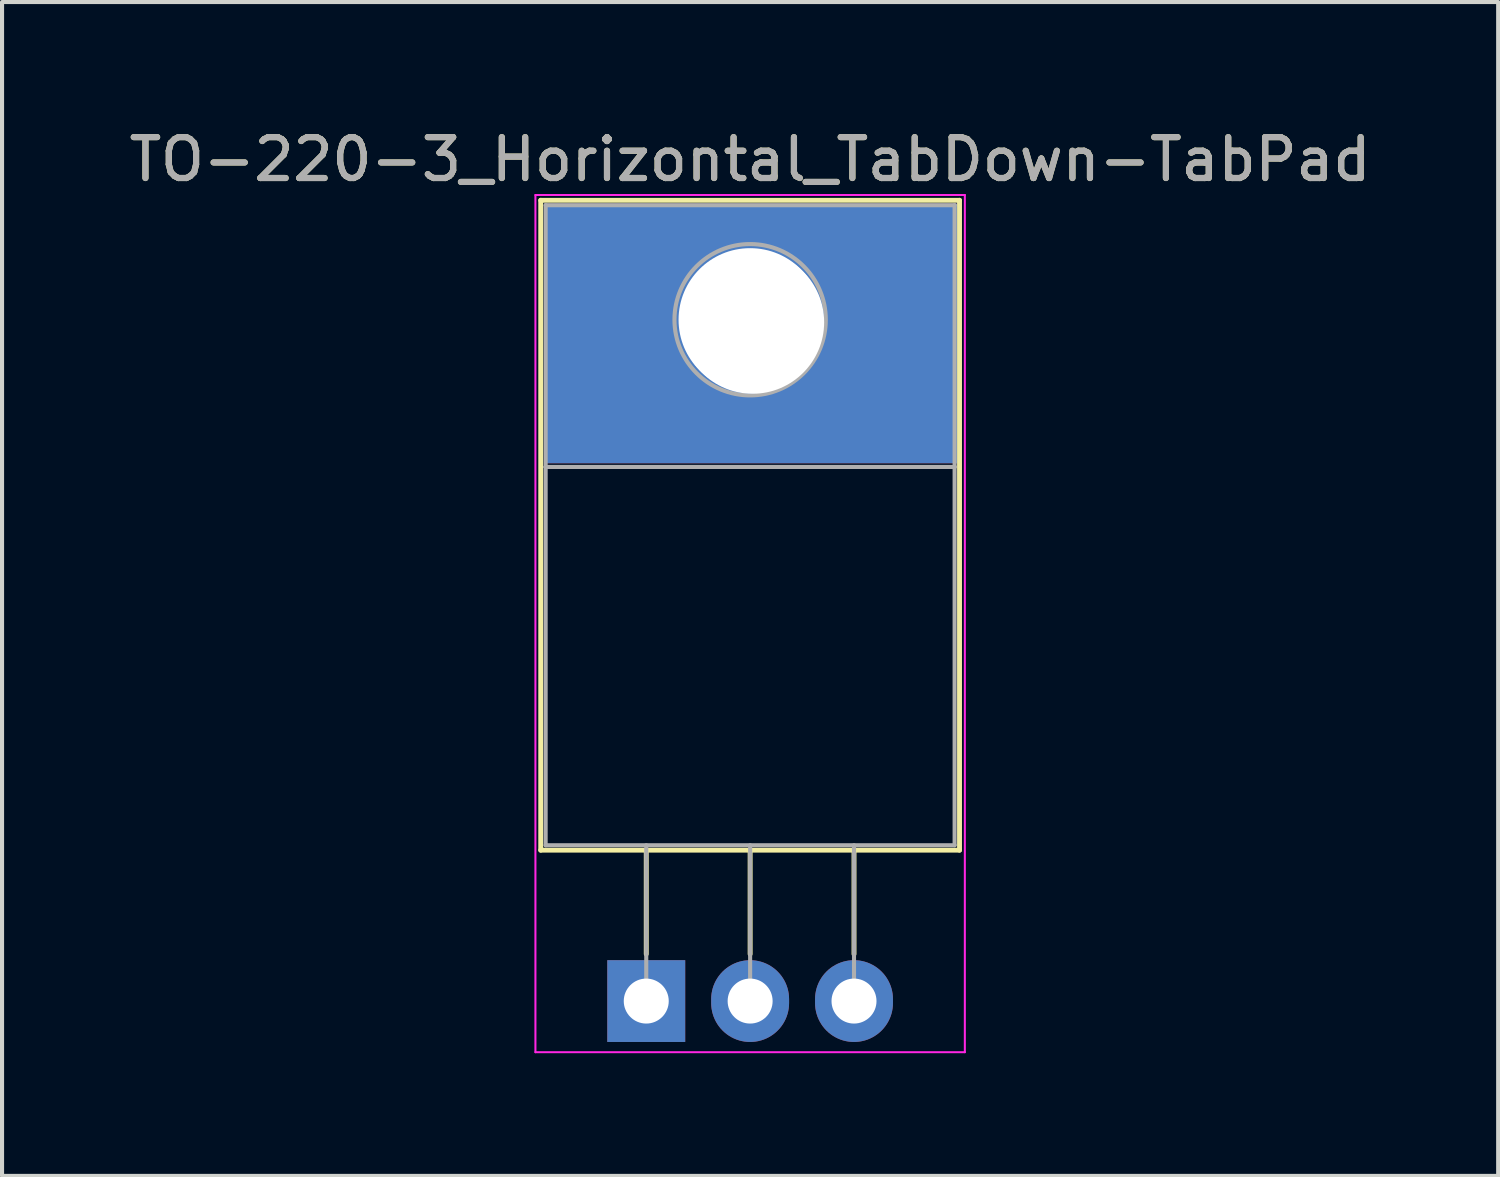
<source format=kicad_pcb>
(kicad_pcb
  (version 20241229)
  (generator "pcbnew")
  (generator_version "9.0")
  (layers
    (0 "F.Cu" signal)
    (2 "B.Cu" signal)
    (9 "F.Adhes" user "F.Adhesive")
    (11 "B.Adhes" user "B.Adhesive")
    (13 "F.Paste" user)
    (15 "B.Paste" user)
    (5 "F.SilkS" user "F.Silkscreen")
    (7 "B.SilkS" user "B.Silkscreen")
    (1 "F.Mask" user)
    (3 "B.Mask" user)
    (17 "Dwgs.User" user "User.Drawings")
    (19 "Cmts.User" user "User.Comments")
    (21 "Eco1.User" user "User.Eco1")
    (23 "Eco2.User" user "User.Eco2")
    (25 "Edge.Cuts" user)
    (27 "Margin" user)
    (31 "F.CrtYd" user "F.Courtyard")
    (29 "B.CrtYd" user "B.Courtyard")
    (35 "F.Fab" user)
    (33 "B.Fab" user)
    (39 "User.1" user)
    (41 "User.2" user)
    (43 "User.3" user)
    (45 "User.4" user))
  (footprint "TO-220-3_Horizontal_TabDown-TabPad"
    (layer "F.Cu")
    (at 12.752 21.428)
    (property "Reference" "TO-220-3_Horizontal_TabDown-TabPad" (at 2.54 -20.58 0) (layer "F.SilkS") (effects (font (size 1 1) (thickness 0.15))))
    (attr through_hole)
    (fp_line (start -2.58 -19.58) (end -2.58 -3.69) (stroke (width 0.12) (type solid)) (layer "F.SilkS"))
    (fp_line (start -2.58 -19.58) (end 7.66 -19.58) (stroke (width 0.12) (type solid)) (layer "F.SilkS"))
    (fp_line (start -2.58 -3.69) (end 7.66 -3.69) (stroke (width 0.12) (type solid)) (layer "F.SilkS"))
    (fp_line (start 0 -3.69) (end 0 -1.15) (stroke (width 0.12) (type solid)) (layer "F.SilkS"))
    (fp_line (start 2.54 -3.69) (end 2.54 -1.15) (stroke (width 0.12) (type solid)) (layer "F.SilkS"))
    (fp_line (start 5.08 -3.69) (end 5.08 -1.15) (stroke (width 0.12) (type solid)) (layer "F.SilkS"))
    (fp_line (start 7.66 -19.58) (end 7.66 -3.69) (stroke (width 0.12) (type solid)) (layer "F.SilkS"))
    (fp_line (start -2.71 -19.71) (end -2.71 1.25) (stroke (width 0.05) (type solid)) (layer "F.CrtYd"))
    (fp_line (start -2.71 1.25) (end 7.79 1.25) (stroke (width 0.05) (type solid)) (layer "F.CrtYd"))
    (fp_line (start 7.79 -19.71) (end -2.71 -19.71) (stroke (width 0.05) (type solid)) (layer "F.CrtYd"))
    (fp_line (start 7.79 1.25) (end 7.79 -19.71) (stroke (width 0.05) (type solid)) (layer "F.CrtYd"))
    (fp_line (start -2.46 -19.46) (end 7.54 -19.46) (stroke (width 0.1) (type solid)) (layer "F.Fab"))
    (fp_line (start -2.46 -13.06) (end -2.46 -19.46) (stroke (width 0.1) (type solid)) (layer "F.Fab"))
    (fp_line (start -2.46 -13.06) (end 7.54 -13.06) (stroke (width 0.1) (type solid)) (layer "F.Fab"))
    (fp_line (start -2.46 -3.81) (end -2.46 -13.06) (stroke (width 0.1) (type solid)) (layer "F.Fab"))
    (fp_line (start 0 -3.81) (end 0 0) (stroke (width 0.1) (type solid)) (layer "F.Fab"))
    (fp_line (start 2.54 -3.81) (end 2.54 0) (stroke (width 0.1) (type solid)) (layer "F.Fab"))
    (fp_line (start 5.08 -3.81) (end 5.08 0) (stroke (width 0.1) (type solid)) (layer "F.Fab"))
    (fp_line (start 7.54 -19.46) (end 7.54 -13.06) (stroke (width 0.1) (type solid)) (layer "F.Fab"))
    (fp_line (start 7.54 -13.06) (end -2.46 -13.06) (stroke (width 0.1) (type solid)) (layer "F.Fab"))
    (fp_line (start 7.54 -13.06) (end 7.54 -3.81) (stroke (width 0.1) (type solid)) (layer "F.Fab"))
    (fp_line (start 7.54 -3.81) (end -2.46 -3.81) (stroke (width 0.1) (type solid)) (layer "F.Fab"))
    (fp_circle (center 2.54 -16.66) (end 4.39 -16.66) (stroke (width 0.1) (type solid)) (fill no) (layer "F.Fab"))
    (fp_text user "${REFERENCE}" (at 2.54 -20.58 0) (layer "F.Fab") (effects (font (size 1 1) (thickness 0.15))))
    (pad "" np_thru_hole oval (at 2.54 -16.66) (size 3.5 3.5) (drill 3.5) (layers "*.Cu" "*.Mask"))
    (pad "1" thru_hole rect (at 0 0) (size 1.905 2) (drill 1.1) (layers "*.Cu" "*.Mask"))
    (pad "2" thru_hole oval (at 2.54 0) (size 1.905 2) (drill 1.1) (layers "*.Cu" "*.Mask"))
    (pad "2" thru_hole rect (at 2.6 -16.6) (size 10.1 6.35) (drill 3.5 (offset -0.05 0.275)) (layers "*.Cu" "F.Mask") (remove_unused_layers yes) (keep_end_layers yes) (zone_layer_connections))
    (pad "3" thru_hole oval (at 5.08 0) (size 1.905 2) (drill 1.1) (layers "*.Cu" "*.Mask")))
  (gr_rect
    (start -3 -3)
    (end 33.583 25.703)
    (stroke (width 0.1) (type default))
    (fill no)
    (layer "Edge.Cuts")))
</source>
